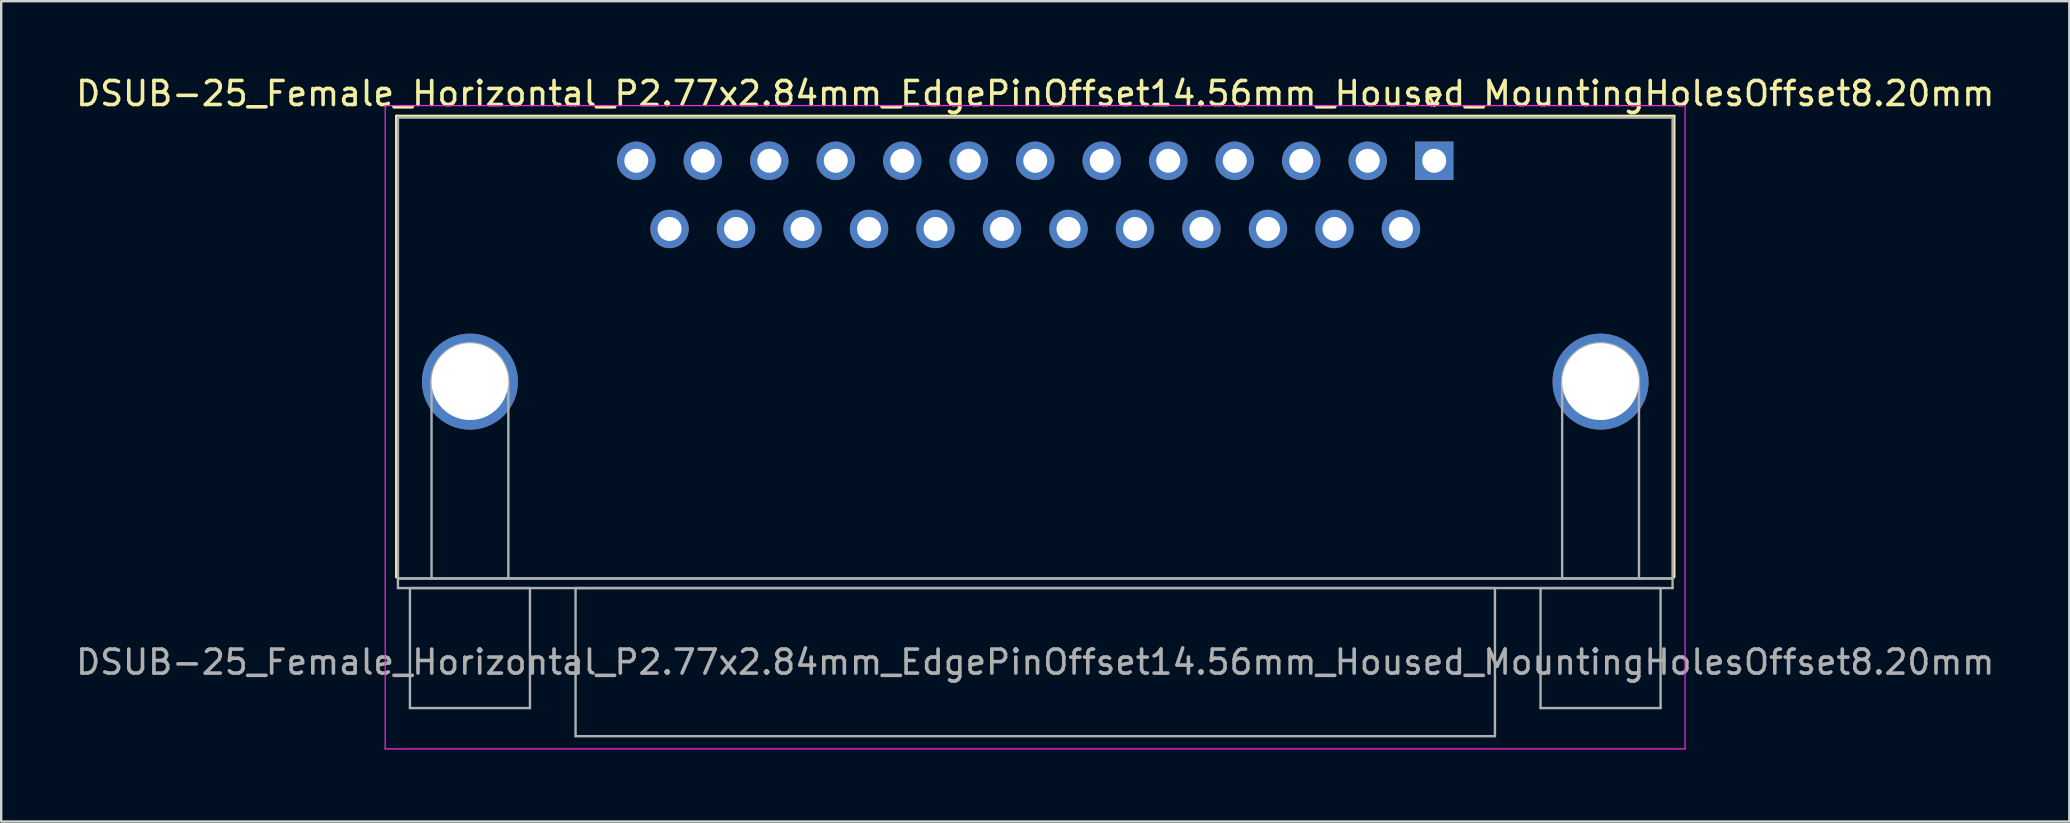
<source format=kicad_pcb>
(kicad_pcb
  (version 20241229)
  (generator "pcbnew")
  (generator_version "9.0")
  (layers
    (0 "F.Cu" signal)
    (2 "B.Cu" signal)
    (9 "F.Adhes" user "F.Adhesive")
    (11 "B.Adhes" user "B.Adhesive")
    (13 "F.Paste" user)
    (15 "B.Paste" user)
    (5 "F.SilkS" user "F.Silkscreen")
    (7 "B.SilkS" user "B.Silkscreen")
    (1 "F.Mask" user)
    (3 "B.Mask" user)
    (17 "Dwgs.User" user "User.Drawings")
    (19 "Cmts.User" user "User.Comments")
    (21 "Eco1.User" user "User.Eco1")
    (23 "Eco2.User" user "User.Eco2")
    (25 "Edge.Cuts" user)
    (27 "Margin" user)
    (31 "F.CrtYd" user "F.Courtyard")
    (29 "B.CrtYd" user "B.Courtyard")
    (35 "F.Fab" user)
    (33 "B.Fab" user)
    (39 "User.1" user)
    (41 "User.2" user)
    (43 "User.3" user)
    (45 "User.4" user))
  (footprint "DSUB-25_Female_Horizontal_P2.77x2.84mm_EdgePinOffset14.56mm_Housed_MountingHolesOffset8.20mm"
    (layer "F.Cu")
    (at 56.697 3.648)
    (property "Reference" "DSUB-25_Female_Horizontal_P2.77x2.84mm_EdgePinOffset14.56mm_Housed_MountingHolesOffset8.20mm" (at -16.62 -2.8 0) (layer "F.SilkS") (effects (font (size 1 1) (thickness 0.15))))
    (attr through_hole)
    (fp_line (start -43.23 -1.86) (end 9.99 -1.86) (stroke (width 0.12) (type solid)) (layer "F.SilkS"))
    (fp_line (start -43.23 17.34) (end -43.23 -1.86) (stroke (width 0.12) (type solid)) (layer "F.SilkS"))
    (fp_line (start -0.25 -2.754) (end 0.25 -2.754) (stroke (width 0.12) (type solid)) (layer "F.SilkS"))
    (fp_line (start 0 -2.321) (end -0.25 -2.754) (stroke (width 0.12) (type solid)) (layer "F.SilkS"))
    (fp_line (start 0.25 -2.754) (end 0 -2.321) (stroke (width 0.12) (type solid)) (layer "F.SilkS"))
    (fp_line (start 9.99 -1.86) (end 9.99 17.34) (stroke (width 0.12) (type solid)) (layer "F.SilkS"))
    (fp_line (start -43.7 -2.3) (end -43.7 24.5) (stroke (width 0.05) (type solid)) (layer "F.CrtYd"))
    (fp_line (start -43.7 24.5) (end 10.45 24.5) (stroke (width 0.05) (type solid)) (layer "F.CrtYd"))
    (fp_line (start 10.45 -2.3) (end -43.7 -2.3) (stroke (width 0.05) (type solid)) (layer "F.CrtYd"))
    (fp_line (start 10.45 24.5) (end 10.45 -2.3) (stroke (width 0.05) (type solid)) (layer "F.CrtYd"))
    (fp_line (start -43.17 -1.8) (end -43.17 17.4) (stroke (width 0.1) (type solid)) (layer "F.Fab"))
    (fp_line (start -43.17 17.4) (end -43.17 17.8) (stroke (width 0.1) (type solid)) (layer "F.Fab"))
    (fp_line (start -43.17 17.4) (end 9.93 17.4) (stroke (width 0.1) (type solid)) (layer "F.Fab"))
    (fp_line (start -43.17 17.8) (end 9.93 17.8) (stroke (width 0.1) (type solid)) (layer "F.Fab"))
    (fp_line (start -42.67 17.8) (end -42.67 22.8) (stroke (width 0.1) (type solid)) (layer "F.Fab"))
    (fp_line (start -42.67 22.8) (end -37.67 22.8) (stroke (width 0.1) (type solid)) (layer "F.Fab"))
    (fp_line (start -41.77 17.4) (end -41.77 9.2) (stroke (width 0.1) (type solid)) (layer "F.Fab"))
    (fp_line (start -38.57 17.4) (end -38.57 9.2) (stroke (width 0.1) (type solid)) (layer "F.Fab"))
    (fp_line (start -37.67 17.8) (end -42.67 17.8) (stroke (width 0.1) (type solid)) (layer "F.Fab"))
    (fp_line (start -37.67 22.8) (end -37.67 17.8) (stroke (width 0.1) (type solid)) (layer "F.Fab"))
    (fp_line (start -35.77 17.8) (end -35.77 23.97) (stroke (width 0.1) (type solid)) (layer "F.Fab"))
    (fp_line (start -35.77 23.97) (end 2.53 23.97) (stroke (width 0.1) (type solid)) (layer "F.Fab"))
    (fp_line (start 2.53 17.8) (end -35.77 17.8) (stroke (width 0.1) (type solid)) (layer "F.Fab"))
    (fp_line (start 2.53 23.97) (end 2.53 17.8) (stroke (width 0.1) (type solid)) (layer "F.Fab"))
    (fp_line (start 4.43 17.8) (end 4.43 22.8) (stroke (width 0.1) (type solid)) (layer "F.Fab"))
    (fp_line (start 4.43 22.8) (end 9.43 22.8) (stroke (width 0.1) (type solid)) (layer "F.Fab"))
    (fp_line (start 5.33 17.4) (end 5.33 9.2) (stroke (width 0.1) (type solid)) (layer "F.Fab"))
    (fp_line (start 8.53 17.4) (end 8.53 9.2) (stroke (width 0.1) (type solid)) (layer "F.Fab"))
    (fp_line (start 9.43 17.8) (end 4.43 17.8) (stroke (width 0.1) (type solid)) (layer "F.Fab"))
    (fp_line (start 9.43 22.8) (end 9.43 17.8) (stroke (width 0.1) (type solid)) (layer "F.Fab"))
    (fp_line (start 9.93 -1.8) (end -43.17 -1.8) (stroke (width 0.1) (type solid)) (layer "F.Fab"))
    (fp_line (start 9.93 17.4) (end -43.17 17.4) (stroke (width 0.1) (type solid)) (layer "F.Fab"))
    (fp_line (start 9.93 17.4) (end 9.93 -1.8) (stroke (width 0.1) (type solid)) (layer "F.Fab"))
    (fp_line (start 9.93 17.8) (end 9.93 17.4) (stroke (width 0.1) (type solid)) (layer "F.Fab"))
    (fp_arc (start -41.77 9.2) (mid -40.17 7.6) (end -38.57 9.2) (stroke (width 0.1) (type solid)) (layer "F.Fab"))
    (fp_arc (start 5.33 9.2) (mid 6.93 7.6) (end 8.53 9.2) (stroke (width 0.1) (type solid)) (layer "F.Fab"))
    (fp_text user "${REFERENCE}" (at -16.62 20.885 0) (layer "F.Fab") (effects (font (size 1 1) (thickness 0.15))))
    (pad "0" thru_hole circle (at -40.17 9.2) (size 4 4) (drill 3.2) (layers "*.Cu" "*.Mask"))
    (pad "0" thru_hole circle (at 6.93 9.2) (size 4 4) (drill 3.2) (layers "*.Cu" "*.Mask"))
    (pad "1" thru_hole rect (at 0 0) (size 1.6 1.6) (drill 1) (layers "*.Cu" "*.Mask"))
    (pad "2" thru_hole circle (at -2.77 0) (size 1.6 1.6) (drill 1) (layers "*.Cu" "*.Mask"))
    (pad "3" thru_hole circle (at -5.54 0) (size 1.6 1.6) (drill 1) (layers "*.Cu" "*.Mask"))
    (pad "4" thru_hole circle (at -8.31 0) (size 1.6 1.6) (drill 1) (layers "*.Cu" "*.Mask"))
    (pad "5" thru_hole circle (at -11.08 0) (size 1.6 1.6) (drill 1) (layers "*.Cu" "*.Mask"))
    (pad "6" thru_hole circle (at -13.85 0) (size 1.6 1.6) (drill 1) (layers "*.Cu" "*.Mask"))
    (pad "7" thru_hole circle (at -16.62 0) (size 1.6 1.6) (drill 1) (layers "*.Cu" "*.Mask"))
    (pad "8" thru_hole circle (at -19.39 0) (size 1.6 1.6) (drill 1) (layers "*.Cu" "*.Mask"))
    (pad "9" thru_hole circle (at -22.16 0) (size 1.6 1.6) (drill 1) (layers "*.Cu" "*.Mask"))
    (pad "10" thru_hole circle (at -24.93 0) (size 1.6 1.6) (drill 1) (layers "*.Cu" "*.Mask"))
    (pad "11" thru_hole circle (at -27.7 0) (size 1.6 1.6) (drill 1) (layers "*.Cu" "*.Mask"))
    (pad "12" thru_hole circle (at -30.47 0) (size 1.6 1.6) (drill 1) (layers "*.Cu" "*.Mask"))
    (pad "13" thru_hole circle (at -33.24 0) (size 1.6 1.6) (drill 1) (layers "*.Cu" "*.Mask"))
    (pad "14" thru_hole circle (at -1.385 2.84) (size 1.6 1.6) (drill 1) (layers "*.Cu" "*.Mask"))
    (pad "15" thru_hole circle (at -4.155 2.84) (size 1.6 1.6) (drill 1) (layers "*.Cu" "*.Mask"))
    (pad "16" thru_hole circle (at -6.925 2.84) (size 1.6 1.6) (drill 1) (layers "*.Cu" "*.Mask"))
    (pad "17" thru_hole circle (at -9.695 2.84) (size 1.6 1.6) (drill 1) (layers "*.Cu" "*.Mask"))
    (pad "18" thru_hole circle (at -12.465 2.84) (size 1.6 1.6) (drill 1) (layers "*.Cu" "*.Mask"))
    (pad "19" thru_hole circle (at -15.235 2.84) (size 1.6 1.6) (drill 1) (layers "*.Cu" "*.Mask"))
    (pad "20" thru_hole circle (at -18.005 2.84) (size 1.6 1.6) (drill 1) (layers "*.Cu" "*.Mask"))
    (pad "21" thru_hole circle (at -20.775 2.84) (size 1.6 1.6) (drill 1) (layers "*.Cu" "*.Mask"))
    (pad "22" thru_hole circle (at -23.545 2.84) (size 1.6 1.6) (drill 1) (layers "*.Cu" "*.Mask"))
    (pad "23" thru_hole circle (at -26.315 2.84) (size 1.6 1.6) (drill 1) (layers "*.Cu" "*.Mask"))
    (pad "24" thru_hole circle (at -29.085 2.84) (size 1.6 1.6) (drill 1) (layers "*.Cu" "*.Mask"))
    (pad "25" thru_hole circle (at -31.855 2.84) (size 1.6 1.6) (drill 1) (layers "*.Cu" "*.Mask")))
  (gr_rect
    (start -3 -3)
    (end 83.155 31.173)
    (stroke (width 0.1) (type default))
    (fill no)
    (layer "Edge.Cuts")))
</source>
